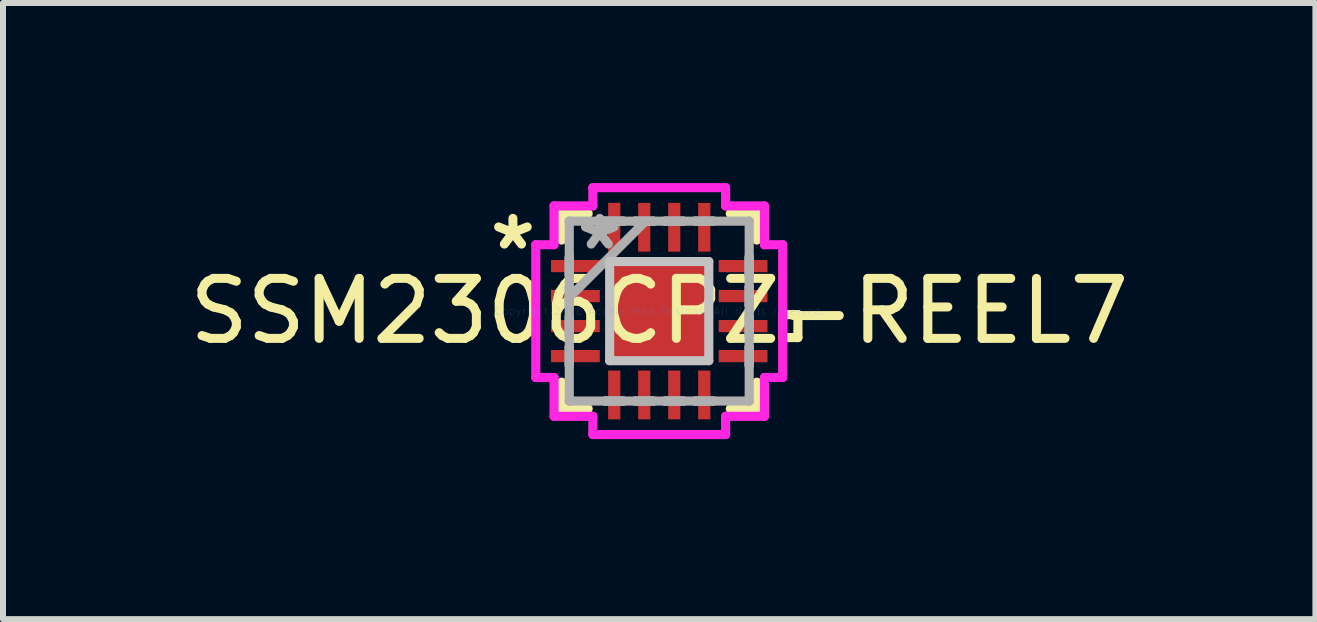
<source format=kicad_pcb>
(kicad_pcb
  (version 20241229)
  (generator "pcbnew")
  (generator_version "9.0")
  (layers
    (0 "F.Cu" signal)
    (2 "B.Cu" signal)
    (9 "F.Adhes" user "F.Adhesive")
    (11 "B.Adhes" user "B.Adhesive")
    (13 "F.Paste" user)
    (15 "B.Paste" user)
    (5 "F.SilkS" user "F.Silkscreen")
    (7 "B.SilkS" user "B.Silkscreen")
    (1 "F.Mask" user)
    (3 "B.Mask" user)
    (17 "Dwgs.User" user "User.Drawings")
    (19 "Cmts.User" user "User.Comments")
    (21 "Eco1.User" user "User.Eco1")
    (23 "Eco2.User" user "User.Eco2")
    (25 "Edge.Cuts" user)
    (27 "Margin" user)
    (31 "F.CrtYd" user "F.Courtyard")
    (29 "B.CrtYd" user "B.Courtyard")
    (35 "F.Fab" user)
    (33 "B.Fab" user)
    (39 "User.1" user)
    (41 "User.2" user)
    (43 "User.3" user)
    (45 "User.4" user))
  (footprint "SSM2306CPZ-REEL7"
    (layer "F.Cu")
    (at 7.935 2.134)
    (property "Reference" "SSM2306CPZ-REEL7" (at 0 0 0) (layer "F.SilkS") (effects (font (size 1 1) (thickness 0.15))))
    (attr through_hole)
    (fp_line (start -1.626 -1.626) (end -1.626 -1.184) (stroke (width 0.152) (type solid)) (layer "F.SilkS"))
    (fp_line (start -1.626 1.184) (end -1.626 1.626) (stroke (width 0.152) (type solid)) (layer "F.SilkS"))
    (fp_line (start -1.626 1.626) (end -1.184 1.626) (stroke (width 0.152) (type solid)) (layer "F.SilkS"))
    (fp_line (start -1.184 -1.626) (end -1.626 -1.626) (stroke (width 0.152) (type solid)) (layer "F.SilkS"))
    (fp_line (start 1.184 1.626) (end 1.626 1.626) (stroke (width 0.152) (type solid)) (layer "F.SilkS"))
    (fp_line (start 1.626 -1.626) (end 1.184 -1.626) (stroke (width 0.152) (type solid)) (layer "F.SilkS"))
    (fp_line (start 1.626 -1.184) (end 1.626 -1.626) (stroke (width 0.152) (type solid)) (layer "F.SilkS"))
    (fp_line (start 1.626 1.626) (end 1.626 1.184) (stroke (width 0.152) (type solid)) (layer "F.SilkS"))
    (fp_line (start 2.057 0.059) (end 2.311 0.059) (stroke (width 0.152) (type solid)) (layer "F.SilkS"))
    (fp_line (start 2.057 0.441) (end 2.057 0.059) (stroke (width 0.152) (type solid)) (layer "F.SilkS"))
    (fp_line (start 2.311 0.059) (end 2.311 0.441) (stroke (width 0.152) (type solid)) (layer "F.SilkS"))
    (fp_line (start 2.311 0.441) (end 2.057 0.441) (stroke (width 0.152) (type solid)) (layer "F.SilkS"))
    (fp_line (start -0.826 -0.826) (end -0.826 0.826) (stroke (width 0.152) (type solid)) (layer "Dwgs.User"))
    (fp_line (start -0.826 0.826) (end 0.826 0.826) (stroke (width 0.152) (type solid)) (layer "Dwgs.User"))
    (fp_line (start 0.826 -0.826) (end -0.826 -0.826) (stroke (width 0.152) (type solid)) (layer "Dwgs.User"))
    (fp_line (start 0.826 0.826) (end 0.826 -0.826) (stroke (width 0.152) (type solid)) (layer "Dwgs.User"))
    (fp_line (start -2.057 -1.106) (end -1.753 -1.106) (stroke (width 0.152) (type solid)) (layer "F.CrtYd"))
    (fp_line (start -2.057 1.106) (end -2.057 -1.106) (stroke (width 0.152) (type solid)) (layer "F.CrtYd"))
    (fp_line (start -1.753 -1.753) (end -1.106 -1.753) (stroke (width 0.152) (type solid)) (layer "F.CrtYd"))
    (fp_line (start -1.753 -1.106) (end -1.753 -1.753) (stroke (width 0.152) (type solid)) (layer "F.CrtYd"))
    (fp_line (start -1.753 1.106) (end -2.057 1.106) (stroke (width 0.152) (type solid)) (layer "F.CrtYd"))
    (fp_line (start -1.753 1.753) (end -1.753 1.106) (stroke (width 0.152) (type solid)) (layer "F.CrtYd"))
    (fp_line (start -1.106 -2.057) (end 1.106 -2.057) (stroke (width 0.152) (type solid)) (layer "F.CrtYd"))
    (fp_line (start -1.106 -1.753) (end -1.106 -2.057) (stroke (width 0.152) (type solid)) (layer "F.CrtYd"))
    (fp_line (start -1.106 1.753) (end -1.753 1.753) (stroke (width 0.152) (type solid)) (layer "F.CrtYd"))
    (fp_line (start -1.106 2.057) (end -1.106 1.753) (stroke (width 0.152) (type solid)) (layer "F.CrtYd"))
    (fp_line (start 1.106 -2.057) (end 1.106 -1.753) (stroke (width 0.152) (type solid)) (layer "F.CrtYd"))
    (fp_line (start 1.106 -1.753) (end 1.753 -1.753) (stroke (width 0.152) (type solid)) (layer "F.CrtYd"))
    (fp_line (start 1.106 1.753) (end 1.106 2.057) (stroke (width 0.152) (type solid)) (layer "F.CrtYd"))
    (fp_line (start 1.106 2.057) (end -1.106 2.057) (stroke (width 0.152) (type solid)) (layer "F.CrtYd"))
    (fp_line (start 1.753 -1.753) (end 1.753 -1.106) (stroke (width 0.152) (type solid)) (layer "F.CrtYd"))
    (fp_line (start 1.753 -1.106) (end 2.057 -1.106) (stroke (width 0.152) (type solid)) (layer "F.CrtYd"))
    (fp_line (start 1.753 1.106) (end 1.753 1.753) (stroke (width 0.152) (type solid)) (layer "F.CrtYd"))
    (fp_line (start 1.753 1.753) (end 1.106 1.753) (stroke (width 0.152) (type solid)) (layer "F.CrtYd"))
    (fp_line (start 2.057 -1.106) (end 2.057 1.106) (stroke (width 0.152) (type solid)) (layer "F.CrtYd"))
    (fp_line (start 2.057 1.106) (end 1.753 1.106) (stroke (width 0.152) (type solid)) (layer "F.CrtYd"))
    (fp_line (start -1.499 -1.499) (end -1.499 -1.499) (stroke (width 0.152) (type solid)) (layer "F.Fab"))
    (fp_line (start -1.499 -1.499) (end -1.499 1.499) (stroke (width 0.152) (type solid)) (layer "F.Fab"))
    (fp_line (start -1.499 -0.902) (end -1.499 -0.902) (stroke (width 0.152) (type solid)) (layer "F.Fab"))
    (fp_line (start -1.499 -0.902) (end -1.499 -0.598) (stroke (width 0.152) (type solid)) (layer "F.Fab"))
    (fp_line (start -1.499 -0.598) (end -1.499 -0.902) (stroke (width 0.152) (type solid)) (layer "F.Fab"))
    (fp_line (start -1.499 -0.598) (end -1.499 -0.598) (stroke (width 0.152) (type solid)) (layer "F.Fab"))
    (fp_line (start -1.499 -0.402) (end -1.499 -0.402) (stroke (width 0.152) (type solid)) (layer "F.Fab"))
    (fp_line (start -1.499 -0.402) (end -1.499 -0.098) (stroke (width 0.152) (type solid)) (layer "F.Fab"))
    (fp_line (start -1.499 -0.229) (end -0.229 -1.499) (stroke (width 0.152) (type solid)) (layer "F.Fab"))
    (fp_line (start -1.499 -0.098) (end -1.499 -0.402) (stroke (width 0.152) (type solid)) (layer "F.Fab"))
    (fp_line (start -1.499 -0.098) (end -1.499 -0.098) (stroke (width 0.152) (type solid)) (layer "F.Fab"))
    (fp_line (start -1.499 0.098) (end -1.499 0.098) (stroke (width 0.152) (type solid)) (layer "F.Fab"))
    (fp_line (start -1.499 0.098) (end -1.499 0.402) (stroke (width 0.152) (type solid)) (layer "F.Fab"))
    (fp_line (start -1.499 0.402) (end -1.499 0.098) (stroke (width 0.152) (type solid)) (layer "F.Fab"))
    (fp_line (start -1.499 0.402) (end -1.499 0.402) (stroke (width 0.152) (type solid)) (layer "F.Fab"))
    (fp_line (start -1.499 0.598) (end -1.499 0.598) (stroke (width 0.152) (type solid)) (layer "F.Fab"))
    (fp_line (start -1.499 0.598) (end -1.499 0.902) (stroke (width 0.152) (type solid)) (layer "F.Fab"))
    (fp_line (start -1.499 0.902) (end -1.499 0.598) (stroke (width 0.152) (type solid)) (layer "F.Fab"))
    (fp_line (start -1.499 0.902) (end -1.499 0.902) (stroke (width 0.152) (type solid)) (layer "F.Fab"))
    (fp_line (start -1.499 1.499) (end -1.499 1.499) (stroke (width 0.152) (type solid)) (layer "F.Fab"))
    (fp_line (start -1.499 1.499) (end 1.499 1.499) (stroke (width 0.152) (type solid)) (layer "F.Fab"))
    (fp_line (start -0.902 -1.499) (end -0.902 -1.499) (stroke (width 0.152) (type solid)) (layer "F.Fab"))
    (fp_line (start -0.902 -1.499) (end -0.598 -1.499) (stroke (width 0.152) (type solid)) (layer "F.Fab"))
    (fp_line (start -0.902 1.499) (end -0.902 1.499) (stroke (width 0.152) (type solid)) (layer "F.Fab"))
    (fp_line (start -0.902 1.499) (end -0.598 1.499) (stroke (width 0.152) (type solid)) (layer "F.Fab"))
    (fp_line (start -0.598 -1.499) (end -0.902 -1.499) (stroke (width 0.152) (type solid)) (layer "F.Fab"))
    (fp_line (start -0.598 -1.499) (end -0.598 -1.499) (stroke (width 0.152) (type solid)) (layer "F.Fab"))
    (fp_line (start -0.598 1.499) (end -0.902 1.499) (stroke (width 0.152) (type solid)) (layer "F.Fab"))
    (fp_line (start -0.598 1.499) (end -0.598 1.499) (stroke (width 0.152) (type solid)) (layer "F.Fab"))
    (fp_line (start -0.402 -1.499) (end -0.402 -1.499) (stroke (width 0.152) (type solid)) (layer "F.Fab"))
    (fp_line (start -0.402 -1.499) (end -0.098 -1.499) (stroke (width 0.152) (type solid)) (layer "F.Fab"))
    (fp_line (start -0.402 1.499) (end -0.402 1.499) (stroke (width 0.152) (type solid)) (layer "F.Fab"))
    (fp_line (start -0.402 1.499) (end -0.098 1.499) (stroke (width 0.152) (type solid)) (layer "F.Fab"))
    (fp_line (start -0.098 -1.499) (end -0.402 -1.499) (stroke (width 0.152) (type solid)) (layer "F.Fab"))
    (fp_line (start -0.098 -1.499) (end -0.098 -1.499) (stroke (width 0.152) (type solid)) (layer "F.Fab"))
    (fp_line (start -0.098 1.499) (end -0.402 1.499) (stroke (width 0.152) (type solid)) (layer "F.Fab"))
    (fp_line (start -0.098 1.499) (end -0.098 1.499) (stroke (width 0.152) (type solid)) (layer "F.Fab"))
    (fp_line (start 0.098 -1.499) (end 0.098 -1.499) (stroke (width 0.152) (type solid)) (layer "F.Fab"))
    (fp_line (start 0.098 -1.499) (end 0.402 -1.499) (stroke (width 0.152) (type solid)) (layer "F.Fab"))
    (fp_line (start 0.098 1.499) (end 0.098 1.499) (stroke (width 0.152) (type solid)) (layer "F.Fab"))
    (fp_line (start 0.098 1.499) (end 0.402 1.499) (stroke (width 0.152) (type solid)) (layer "F.Fab"))
    (fp_line (start 0.402 -1.499) (end 0.098 -1.499) (stroke (width 0.152) (type solid)) (layer "F.Fab"))
    (fp_line (start 0.402 -1.499) (end 0.402 -1.499) (stroke (width 0.152) (type solid)) (layer "F.Fab"))
    (fp_line (start 0.402 1.499) (end 0.098 1.499) (stroke (width 0.152) (type solid)) (layer "F.Fab"))
    (fp_line (start 0.402 1.499) (end 0.402 1.499) (stroke (width 0.152) (type solid)) (layer "F.Fab"))
    (fp_line (start 0.598 -1.499) (end 0.598 -1.499) (stroke (width 0.152) (type solid)) (layer "F.Fab"))
    (fp_line (start 0.598 -1.499) (end 0.902 -1.499) (stroke (width 0.152) (type solid)) (layer "F.Fab"))
    (fp_line (start 0.598 1.499) (end 0.598 1.499) (stroke (width 0.152) (type solid)) (layer "F.Fab"))
    (fp_line (start 0.598 1.499) (end 0.902 1.499) (stroke (width 0.152) (type solid)) (layer "F.Fab"))
    (fp_line (start 0.902 -1.499) (end 0.598 -1.499) (stroke (width 0.152) (type solid)) (layer "F.Fab"))
    (fp_line (start 0.902 -1.499) (end 0.902 -1.499) (stroke (width 0.152) (type solid)) (layer "F.Fab"))
    (fp_line (start 0.902 1.499) (end 0.598 1.499) (stroke (width 0.152) (type solid)) (layer "F.Fab"))
    (fp_line (start 0.902 1.499) (end 0.902 1.499) (stroke (width 0.152) (type solid)) (layer "F.Fab"))
    (fp_line (start 1.499 -1.499) (end -1.499 -1.499) (stroke (width 0.152) (type solid)) (layer "F.Fab"))
    (fp_line (start 1.499 -1.499) (end 1.499 -1.499) (stroke (width 0.152) (type solid)) (layer "F.Fab"))
    (fp_line (start 1.499 -0.902) (end 1.499 -0.902) (stroke (width 0.152) (type solid)) (layer "F.Fab"))
    (fp_line (start 1.499 -0.902) (end 1.499 -0.598) (stroke (width 0.152) (type solid)) (layer "F.Fab"))
    (fp_line (start 1.499 -0.598) (end 1.499 -0.902) (stroke (width 0.152) (type solid)) (layer "F.Fab"))
    (fp_line (start 1.499 -0.598) (end 1.499 -0.598) (stroke (width 0.152) (type solid)) (layer "F.Fab"))
    (fp_line (start 1.499 -0.402) (end 1.499 -0.402) (stroke (width 0.152) (type solid)) (layer "F.Fab"))
    (fp_line (start 1.499 -0.402) (end 1.499 -0.098) (stroke (width 0.152) (type solid)) (layer "F.Fab"))
    (fp_line (start 1.499 -0.098) (end 1.499 -0.402) (stroke (width 0.152) (type solid)) (layer "F.Fab"))
    (fp_line (start 1.499 -0.098) (end 1.499 -0.098) (stroke (width 0.152) (type solid)) (layer "F.Fab"))
    (fp_line (start 1.499 0.098) (end 1.499 0.098) (stroke (width 0.152) (type solid)) (layer "F.Fab"))
    (fp_line (start 1.499 0.098) (end 1.499 0.402) (stroke (width 0.152) (type solid)) (layer "F.Fab"))
    (fp_line (start 1.499 0.402) (end 1.499 0.098) (stroke (width 0.152) (type solid)) (layer "F.Fab"))
    (fp_line (start 1.499 0.402) (end 1.499 0.402) (stroke (width 0.152) (type solid)) (layer "F.Fab"))
    (fp_line (start 1.499 0.598) (end 1.499 0.598) (stroke (width 0.152) (type solid)) (layer "F.Fab"))
    (fp_line (start 1.499 0.598) (end 1.499 0.902) (stroke (width 0.152) (type solid)) (layer "F.Fab"))
    (fp_line (start 1.499 0.902) (end 1.499 0.598) (stroke (width 0.152) (type solid)) (layer "F.Fab"))
    (fp_line (start 1.499 0.902) (end 1.499 0.902) (stroke (width 0.152) (type solid)) (layer "F.Fab"))
    (fp_line (start 1.499 1.499) (end 1.499 -1.499) (stroke (width 0.152) (type solid)) (layer "F.Fab"))
    (fp_line (start 1.499 1.499) (end 1.499 1.499) (stroke (width 0.152) (type solid)) (layer "F.Fab"))
    (fp_text user "*" (at -2.438 -1 0) (layer "F.SilkS") (effects (font (size 1 1) (thickness 0.15))))
    (fp_text user "Copyright 2016 Accelerated Designs. All rights reserved." (at 0 0 0) (layer "Cmts.User") (effects (font (size 0.127 0.127) (thickness 0.002))))
    (fp_text user "*" (at -0.991 -1 0) (layer "F.Fab") (effects (font (size 1 1) (thickness 0.15))))
    (pad "1" smd rect (at -1.397 -0.75 90) (size 0.203 0.813) (layers "F.Cu" "F.Mask" "F.Paste"))
    (pad "2" smd rect (at -1.397 -0.25 90) (size 0.203 0.813) (layers "F.Cu" "F.Mask" "F.Paste"))
    (pad "3" smd rect (at -1.397 0.25 90) (size 0.203 0.813) (layers "F.Cu" "F.Mask" "F.Paste"))
    (pad "4" smd rect (at -1.397 0.75 90) (size 0.203 0.813) (layers "F.Cu" "F.Mask" "F.Paste"))
    (pad "5" smd rect (at -0.75 1.397) (size 0.203 0.813) (layers "F.Cu" "F.Mask" "F.Paste"))
    (pad "6" smd rect (at -0.25 1.397) (size 0.203 0.813) (layers "F.Cu" "F.Mask" "F.Paste"))
    (pad "7" smd rect (at 0.25 1.397) (size 0.203 0.813) (layers "F.Cu" "F.Mask" "F.Paste"))
    (pad "8" smd rect (at 0.75 1.397) (size 0.203 0.813) (layers "F.Cu" "F.Mask" "F.Paste"))
    (pad "9" smd rect (at 1.397 0.75 90) (size 0.203 0.813) (layers "F.Cu" "F.Mask" "F.Paste"))
    (pad "10" smd rect (at 1.397 0.25 90) (size 0.203 0.813) (layers "F.Cu" "F.Mask" "F.Paste"))
    (pad "11" smd rect (at 1.397 -0.25 90) (size 0.203 0.813) (layers "F.Cu" "F.Mask" "F.Paste"))
    (pad "12" smd rect (at 1.397 -0.75 90) (size 0.203 0.813) (layers "F.Cu" "F.Mask" "F.Paste"))
    (pad "13" smd rect (at 0.75 -1.397) (size 0.203 0.813) (layers "F.Cu" "F.Mask" "F.Paste"))
    (pad "14" smd rect (at 0.25 -1.397) (size 0.203 0.813) (layers "F.Cu" "F.Mask" "F.Paste"))
    (pad "15" smd rect (at -0.25 -1.397) (size 0.203 0.813) (layers "F.Cu" "F.Mask" "F.Paste"))
    (pad "16" smd rect (at -0.75 -1.397) (size 0.203 0.813) (layers "F.Cu" "F.Mask" "F.Paste"))
    (pad "17" smd rect (at 0 0) (size 1.651 1.651) (layers "F.Cu" "F.Mask" "F.Paste")))
  (gr_rect
    (start -3 -3)
    (end 18.869 7.267)
    (stroke (width 0.1) (type default))
    (fill no)
    (layer "Edge.Cuts")))
</source>
